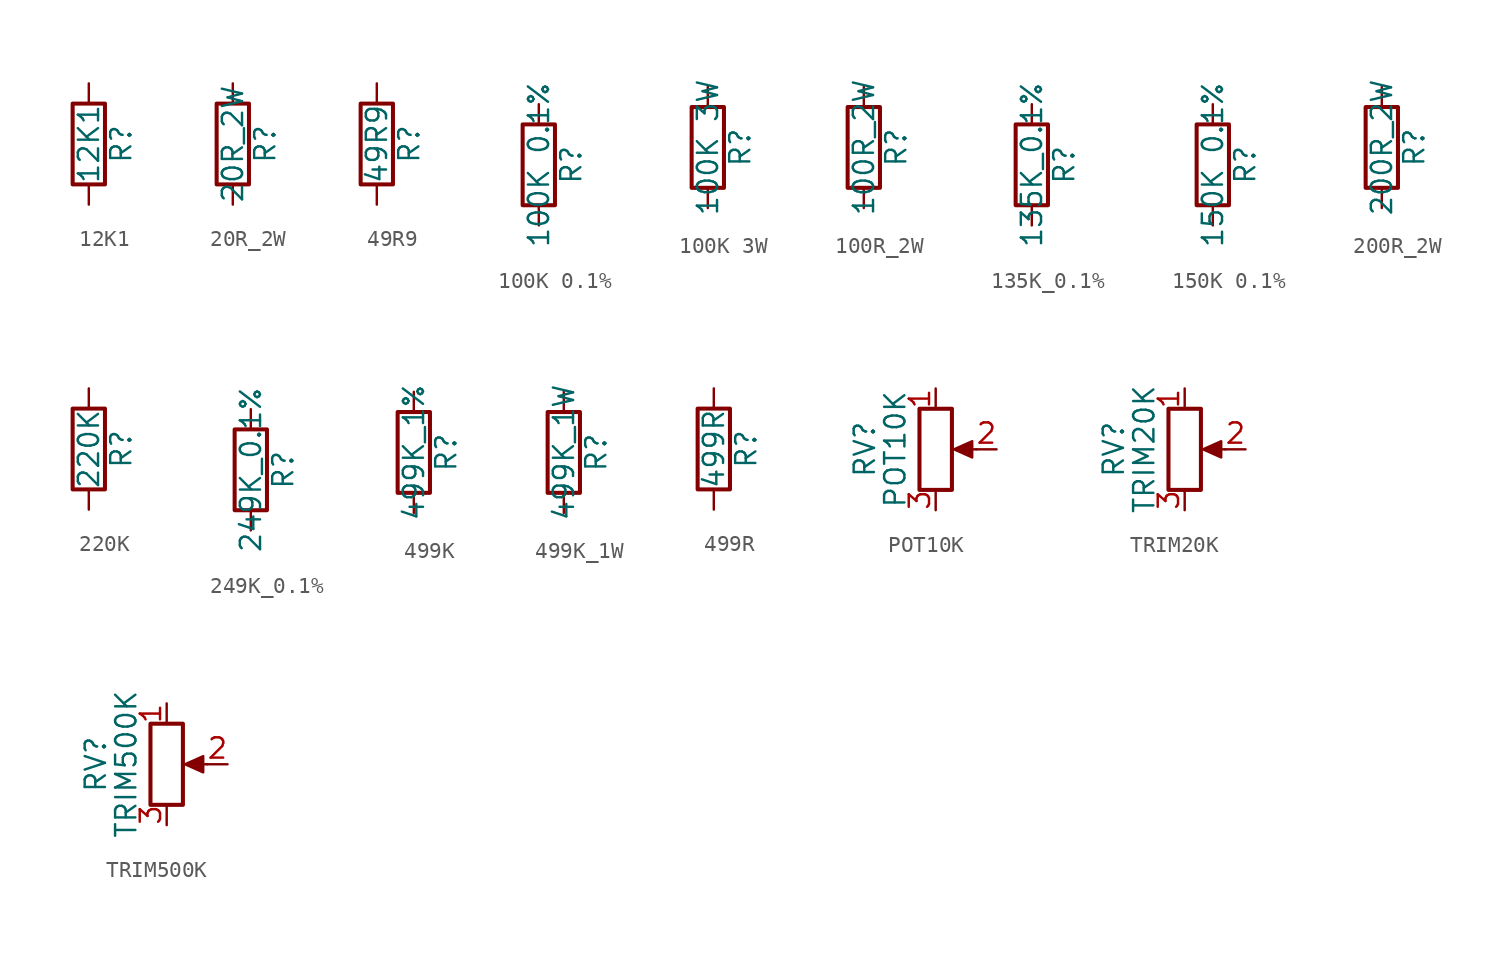
<source format=kicad_sym>
(kicad_symbol_lib
  (version 20231120)
  (generator "kicad_symbol_editor")
  (generator_version "8.0")
  (symbol "12K1"
    (pin_numbers hide)
    (pin_names
      (offset 0))
    (property "Reference" "R"
      (at 2.032 0 90)
      (effects (font (size 1.27 1.27))))
    (property "Value" "12K1"
      (at 0 0 90)
      (effects (font (size 1.27 1.27))))
    (symbol "12K1_0_1"
      (rectangle (start -1.016 -2.54) (end 1.016 2.54) (stroke (width 0.254) (type default)) (fill (type none))))
    (symbol "12K1_1_1"
      (pin passive line (at 0 3.81 270) (length 1.27) (name "~" (effects (font (size 1.27 1.27)))) (number "1" (effects (font (size 1.27 1.27)))))
      (pin passive line (at 0 -3.81 90) (length 1.27) (name "~" (effects (font (size 1.27 1.27)))) (number "2" (effects (font (size 1.27 1.27)))))))
  (symbol "20R_2W"
    (pin_numbers hide)
    (pin_names
      (offset 0))
    (property "Reference" "R"
      (at 2.032 0 90)
      (effects (font (size 1.27 1.27))))
    (property "Value" "20R_2W"
      (at 0 0 90)
      (effects (font (size 1.27 1.27))))
    (symbol "20R_2W_0_1"
      (rectangle (start -1.016 -2.54) (end 1.016 2.54) (stroke (width 0.254) (type default)) (fill (type none))))
    (symbol "20R_2W_1_1"
      (pin passive line (at 0 3.81 270) (length 1.27) (name "~" (effects (font (size 1.27 1.27)))) (number "1" (effects (font (size 1.27 1.27)))))
      (pin passive line (at 0 -3.81 90) (length 1.27) (name "~" (effects (font (size 1.27 1.27)))) (number "2" (effects (font (size 1.27 1.27)))))))
  (symbol "49R9"
    (pin_numbers hide)
    (pin_names
      (offset 0))
    (property "Reference" "R"
      (at 2.032 0 90)
      (effects (font (size 1.27 1.27))))
    (property "Value" "49R9"
      (at 0 0 90)
      (effects (font (size 1.27 1.27))))
    (symbol "49R9_0_1"
      (rectangle (start -1.016 -2.54) (end 1.016 2.54) (stroke (width 0.254) (type default)) (fill (type none))))
    (symbol "49R9_1_1"
      (pin passive line (at 0 3.81 270) (length 1.27) (name "~" (effects (font (size 1.27 1.27)))) (number "1" (effects (font (size 1.27 1.27)))))
      (pin passive line (at 0 -3.81 90) (length 1.27) (name "~" (effects (font (size 1.27 1.27)))) (number "2" (effects (font (size 1.27 1.27)))))))
  (symbol "100K 0.1%"
    (pin_numbers hide)
    (pin_names
      (offset 0))
    (property "Reference" "R"
      (at 2.032 0 90)
      (effects (font (size 1.27 1.27))))
    (property "Value" "100K 0.1%"
      (at 0 0 90)
      (effects (font (size 1.27 1.27))))
    (symbol "100K 0.1%_0_1"
      (rectangle (start -1.016 -2.54) (end 1.016 2.54) (stroke (width 0.254) (type default)) (fill (type none))))
    (symbol "100K 0.1%_1_1"
      (pin passive line (at 0 3.81 270) (length 1.27) (name "~" (effects (font (size 1.27 1.27)))) (number "1" (effects (font (size 1.27 1.27)))))
      (pin passive line (at 0 -3.81 90) (length 1.27) (name "~" (effects (font (size 1.27 1.27)))) (number "2" (effects (font (size 1.27 1.27)))))))
  (symbol "100K 3W"
    (pin_numbers hide)
    (pin_names
      (offset 0))
    (property "Reference" "R"
      (at 2.032 0 90)
      (effects (font (size 1.27 1.27))))
    (property "Value" "100K 3W"
      (at 0 0 90)
      (effects (font (size 1.27 1.27))))
    (symbol "100K 3W_0_1"
      (rectangle (start -1.016 -2.54) (end 1.016 2.54) (stroke (width 0.254) (type default)) (fill (type none))))
    (symbol "100K 3W_1_1"
      (pin passive line (at 0 3.81 270) (length 1.27) (name "~" (effects (font (size 1.27 1.27)))) (number "1" (effects (font (size 1.27 1.27)))))
      (pin passive line (at 0 -3.81 90) (length 1.27) (name "~" (effects (font (size 1.27 1.27)))) (number "2" (effects (font (size 1.27 1.27)))))))
  (symbol "100R_2W"
    (pin_numbers hide)
    (pin_names
      (offset 0))
    (property "Reference" "R"
      (at 2.032 0 90)
      (effects (font (size 1.27 1.27))))
    (property "Value" "100R_2W"
      (at 0 0 90)
      (effects (font (size 1.27 1.27))))
    (symbol "100R_2W_0_1"
      (rectangle (start -1.016 -2.54) (end 1.016 2.54) (stroke (width 0.254) (type default)) (fill (type none))))
    (symbol "100R_2W_1_1"
      (pin passive line (at 0 3.81 270) (length 1.27) (name "~" (effects (font (size 1.27 1.27)))) (number "1" (effects (font (size 1.27 1.27)))))
      (pin passive line (at 0 -3.81 90) (length 1.27) (name "~" (effects (font (size 1.27 1.27)))) (number "2" (effects (font (size 1.27 1.27)))))))
  (symbol "135K_0.1%"
    (pin_numbers hide)
    (pin_names
      (offset 0))
    (property "Reference" "R"
      (at 2.032 0 90)
      (effects (font (size 1.27 1.27))))
    (property "Value" "135K_0.1%"
      (at 0 0 90)
      (effects (font (size 1.27 1.27))))
    (symbol "135K_0.1%_0_1"
      (rectangle (start -1.016 -2.54) (end 1.016 2.54) (stroke (width 0.254) (type default)) (fill (type none))))
    (symbol "135K_0.1%_1_1"
      (pin passive line (at 0 3.81 270) (length 1.27) (name "~" (effects (font (size 1.27 1.27)))) (number "1" (effects (font (size 1.27 1.27)))))
      (pin passive line (at 0 -3.81 90) (length 1.27) (name "~" (effects (font (size 1.27 1.27)))) (number "2" (effects (font (size 1.27 1.27)))))))
  (symbol "150K 0.1%"
    (pin_numbers hide)
    (pin_names
      (offset 0))
    (property "Reference" "R"
      (at 2.032 0 90)
      (effects (font (size 1.27 1.27))))
    (property "Value" "150K 0.1%"
      (at 0 0 90)
      (effects (font (size 1.27 1.27))))
    (symbol "150K 0.1%_0_1"
      (rectangle (start -1.016 -2.54) (end 1.016 2.54) (stroke (width 0.254) (type default)) (fill (type none))))
    (symbol "150K 0.1%_1_1"
      (pin passive line (at 0 3.81 270) (length 1.27) (name "~" (effects (font (size 1.27 1.27)))) (number "1" (effects (font (size 1.27 1.27)))))
      (pin passive line (at 0 -3.81 90) (length 1.27) (name "~" (effects (font (size 1.27 1.27)))) (number "2" (effects (font (size 1.27 1.27)))))))
  (symbol "200R_2W"
    (pin_numbers hide)
    (pin_names
      (offset 0))
    (property "Reference" "R"
      (at 2.032 0 90)
      (effects (font (size 1.27 1.27))))
    (property "Value" "200R_2W"
      (at 0 0 90)
      (effects (font (size 1.27 1.27))))
    (symbol "200R_2W_0_1"
      (rectangle (start -1.016 -2.54) (end 1.016 2.54) (stroke (width 0.254) (type default)) (fill (type none))))
    (symbol "200R_2W_1_1"
      (pin passive line (at 0 3.81 270) (length 1.27) (name "~" (effects (font (size 1.27 1.27)))) (number "1" (effects (font (size 1.27 1.27)))))
      (pin passive line (at 0 -3.81 90) (length 1.27) (name "~" (effects (font (size 1.27 1.27)))) (number "2" (effects (font (size 1.27 1.27)))))))
  (symbol "220K"
    (pin_numbers hide)
    (pin_names
      (offset 0))
    (property "Reference" "R"
      (at 2.032 0 90)
      (effects (font (size 1.27 1.27))))
    (property "Value" "220K"
      (at 0 0 90)
      (effects (font (size 1.27 1.27))))
    (symbol "220K_0_1"
      (rectangle (start -1.016 -2.54) (end 1.016 2.54) (stroke (width 0.254) (type default)) (fill (type none))))
    (symbol "220K_1_1"
      (pin passive line (at 0 3.81 270) (length 1.27) (name "~" (effects (font (size 1.27 1.27)))) (number "1" (effects (font (size 1.27 1.27)))))
      (pin passive line (at 0 -3.81 90) (length 1.27) (name "~" (effects (font (size 1.27 1.27)))) (number "2" (effects (font (size 1.27 1.27)))))))
  (symbol "249K_0.1%"
    (pin_numbers hide)
    (pin_names
      (offset 0))
    (property "Reference" "R"
      (at 2.032 0 90)
      (effects (font (size 1.27 1.27))))
    (property "Value" "249K_0.1%"
      (at 0 0 90)
      (effects (font (size 1.27 1.27))))
    (symbol "249K_0.1%_0_1"
      (rectangle (start -1.016 -2.54) (end 1.016 2.54) (stroke (width 0.254) (type default)) (fill (type none))))
    (symbol "249K_0.1%_1_1"
      (pin passive line (at 0 3.81 270) (length 1.27) (name "~" (effects (font (size 1.27 1.27)))) (number "1" (effects (font (size 1.27 1.27)))))
      (pin passive line (at 0 -3.81 90) (length 1.27) (name "~" (effects (font (size 1.27 1.27)))) (number "2" (effects (font (size 1.27 1.27)))))))
  (symbol "499K"
    (pin_numbers hide)
    (pin_names
      (offset 0))
    (property "Reference" "R"
      (at 2.032 0 90)
      (effects (font (size 1.27 1.27))))
    (property "Value" "499K_1%"
      (at 0 0 90)
      (effects (font (size 1.27 1.27))))
    (symbol "499K_0_1"
      (rectangle (start -1.016 -2.54) (end 1.016 2.54) (stroke (width 0.254) (type default)) (fill (type none))))
    (symbol "499K_1_1"
      (pin passive line (at 0 3.81 270) (length 1.27) (name "~" (effects (font (size 1.27 1.27)))) (number "1" (effects (font (size 1.27 1.27)))))
      (pin passive line (at 0 -3.81 90) (length 1.27) (name "~" (effects (font (size 1.27 1.27)))) (number "2" (effects (font (size 1.27 1.27)))))))
  (symbol "499K_1W"
    (pin_numbers hide)
    (pin_names
      (offset 0))
    (property "Reference" "R"
      (at 2.032 0 90)
      (effects (font (size 1.27 1.27))))
    (property "Value" "499K_1W"
      (at 0 0 90)
      (effects (font (size 1.27 1.27))))
    (symbol "499K_1W_0_1"
      (rectangle (start -1.016 -2.54) (end 1.016 2.54) (stroke (width 0.254) (type default)) (fill (type none))))
    (symbol "499K_1W_1_1"
      (pin passive line (at 0 3.81 270) (length 1.27) (name "~" (effects (font (size 1.27 1.27)))) (number "1" (effects (font (size 1.27 1.27)))))
      (pin passive line (at 0 -3.81 90) (length 1.27) (name "~" (effects (font (size 1.27 1.27)))) (number "2" (effects (font (size 1.27 1.27)))))))
  (symbol "499R"
    (pin_numbers hide)
    (pin_names
      (offset 0))
    (property "Reference" "R"
      (at 2.032 0 90)
      (effects (font (size 1.27 1.27))))
    (property "Value" "499R"
      (at 0 0 90)
      (effects (font (size 1.27 1.27))))
    (symbol "499R_0_1"
      (rectangle (start -1.016 -2.54) (end 1.016 2.54) (stroke (width 0.254) (type default)) (fill (type none))))
    (symbol "499R_1_1"
      (pin passive line (at 0 3.81 270) (length 1.27) (name "~" (effects (font (size 1.27 1.27)))) (number "1" (effects (font (size 1.27 1.27)))))
      (pin passive line (at 0 -3.81 90) (length 1.27) (name "~" (effects (font (size 1.27 1.27)))) (number "2" (effects (font (size 1.27 1.27)))))))
  (symbol "POT10K"
    (pin_names
      (offset 1.016) hide)
    (property "Reference" "RV"
      (at -4.445 0 90)
      (effects (font (size 1.27 1.27))))
    (property "Value" "POT10K"
      (at -2.54 0 90)
      (effects (font (size 1.27 1.27))))
    (symbol "POT10K_0_1"
      (polyline (pts (xy 2.54 0) (xy 1.524 0)) (stroke (width 0) (type default)) (fill (type none)))
      (polyline (pts (xy 1.143 0) (xy 2.286 0.508) (xy 2.286 -0.508) (xy 1.143 0)) (stroke (width 0) (type default)) (fill (type outline)))
      (rectangle (start 1.016 2.54) (end -1.016 -2.54) (stroke (width 0.254) (type default)) (fill (type none))))
    (symbol "POT10K_1_1"
      (pin passive line (at 0 3.81 270) (length 1.27) (name "1" (effects (font (size 1.27 1.27)))) (number "1" (effects (font (size 1.27 1.27)))))
      (pin passive line (at 3.81 0 180) (length 1.27) (name "2" (effects (font (size 1.27 1.27)))) (number "2" (effects (font (size 1.27 1.27)))))
      (pin passive line (at 0 -3.81 90) (length 1.27) (name "3" (effects (font (size 1.27 1.27)))) (number "3" (effects (font (size 1.27 1.27)))))))
  (symbol "TRIM20K"
    (pin_names
      (offset 1.016) hide)
    (property "Reference" "RV"
      (at -4.445 0 90)
      (effects (font (size 1.27 1.27))))
    (property "Value" "TRIM20K"
      (at -2.54 0 90)
      (effects (font (size 1.27 1.27))))
    (symbol "TRIM20K_0_1"
      (polyline (pts (xy 2.54 0) (xy 1.524 0)) (stroke (width 0) (type default)) (fill (type none)))
      (polyline (pts (xy 1.143 0) (xy 2.286 0.508) (xy 2.286 -0.508) (xy 1.143 0)) (stroke (width 0) (type default)) (fill (type outline)))
      (rectangle (start 1.016 2.54) (end -1.016 -2.54) (stroke (width 0.254) (type default)) (fill (type none))))
    (symbol "TRIM20K_1_1"
      (pin passive line (at 0 3.81 270) (length 1.27) (name "1" (effects (font (size 1.27 1.27)))) (number "1" (effects (font (size 1.27 1.27)))))
      (pin passive line (at 3.81 0 180) (length 1.27) (name "2" (effects (font (size 1.27 1.27)))) (number "2" (effects (font (size 1.27 1.27)))))
      (pin passive line (at 0 -3.81 90) (length 1.27) (name "3" (effects (font (size 1.27 1.27)))) (number "3" (effects (font (size 1.27 1.27)))))))
  (symbol "TRIM500K"
    (pin_names
      (offset 1.016) hide)
    (property "Reference" "RV"
      (at -4.445 0 90)
      (effects (font (size 1.27 1.27))))
    (property "Value" "TRIM500K"
      (at -2.54 0 90)
      (effects (font (size 1.27 1.27))))
    (symbol "TRIM500K_0_1"
      (polyline (pts (xy 2.54 0) (xy 1.524 0)) (stroke (width 0) (type default)) (fill (type none)))
      (polyline (pts (xy 1.143 0) (xy 2.286 0.508) (xy 2.286 -0.508) (xy 1.143 0)) (stroke (width 0) (type default)) (fill (type outline)))
      (rectangle (start 1.016 2.54) (end -1.016 -2.54) (stroke (width 0.254) (type default)) (fill (type none))))
    (symbol "TRIM500K_1_1"
      (pin passive line (at 0 3.81 270) (length 1.27) (name "1" (effects (font (size 1.27 1.27)))) (number "1" (effects (font (size 1.27 1.27)))))
      (pin passive line (at 3.81 0 180) (length 1.27) (name "2" (effects (font (size 1.27 1.27)))) (number "2" (effects (font (size 1.27 1.27)))))
      (pin passive line (at 0 -3.81 90) (length 1.27) (name "3" (effects (font (size 1.27 1.27)))) (number "3" (effects (font (size 1.27 1.27))))))))
</source>
